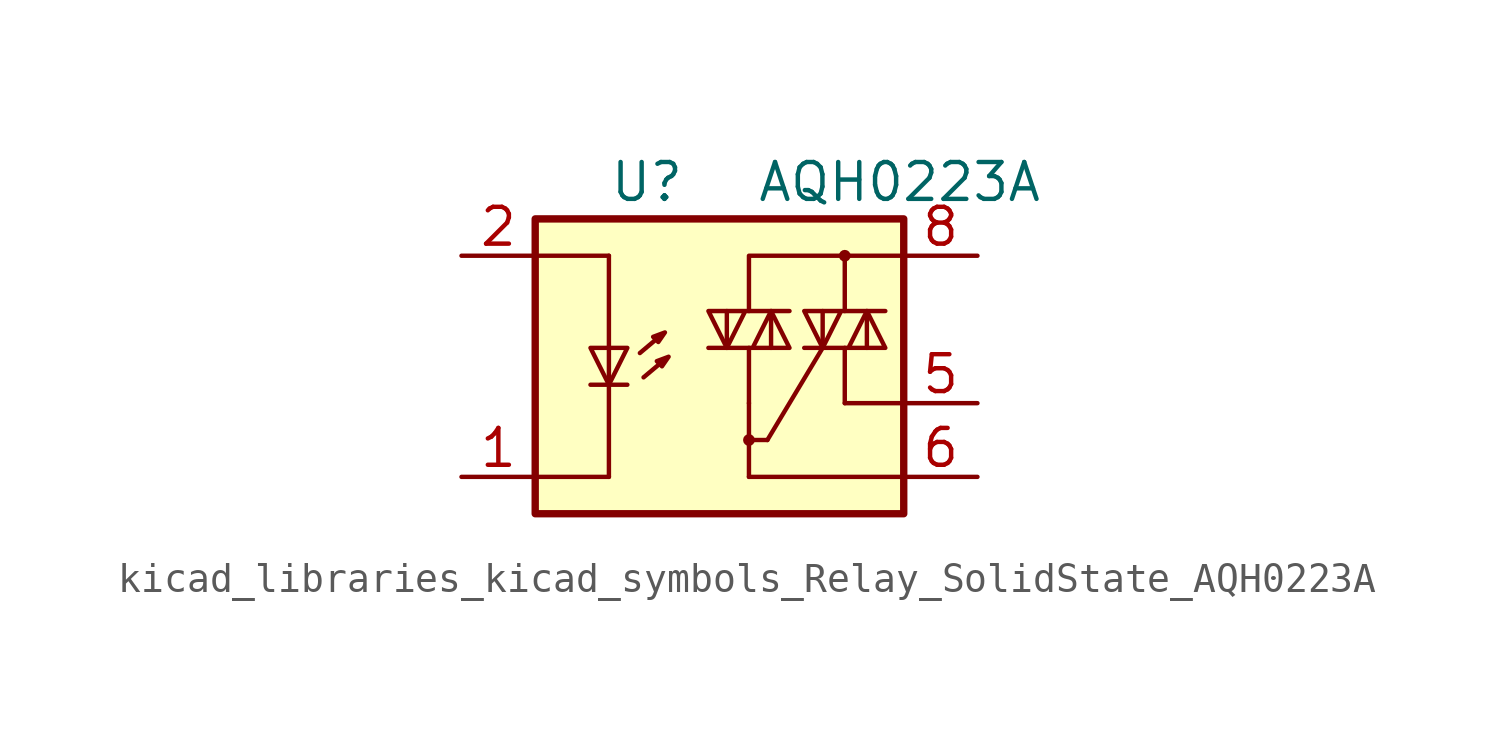
<source format=kicad_sym>
(kicad_symbol_lib
  (version 20220914)
  (generator kicad_symbol_editor)
  (symbol "kicad_libraries_kicad_symbols_Relay_SolidState_AQH0223A"
    (property "Reference" "U"
      (at -5.08 5.08 0)
      (effects (font (size 1.27 1.27)) (justify left)))
    (property "Value" "AQH0223A"
      (at 0 5.08 0)
      (effects (font (size 1.27 1.27)) (justify left)))
    (symbol "kicad_libraries_kicad_symbols_Relay_SolidState_AQH0223A_1_1"
      (rectangle (start -7.62 3.81) (end 5.08 -6.35) (stroke (width 0.254) (type default)) (fill (type background)))
      (circle (center -0.254 -3.81) (radius 0.127) (stroke (width 0) (type default)) (fill (type none)))
      (polyline (pts (xy -5.715 -1.905) (xy -4.445 -1.905)) (stroke (width 0) (type default)) (fill (type none)))
      (polyline (pts (xy -5.08 -5.08) (xy -7.62 -5.08)) (stroke (width 0) (type default)) (fill (type none)))
      (polyline (pts (xy -5.08 -1.905) (xy -5.08 -5.08)) (stroke (width 0) (type default)) (fill (type none)))
      (polyline (pts (xy -5.08 -0.635) (xy -5.08 -1.905)) (stroke (width 0) (type default)) (fill (type none)))
      (polyline (pts (xy -5.08 -0.635) (xy -5.08 2.54)) (stroke (width 0) (type default)) (fill (type none)))
      (polyline (pts (xy -5.08 2.54) (xy -7.493 2.54)) (stroke (width 0) (type default)) (fill (type none)))
      (polyline (pts (xy -3.378 -0.279) (xy -4.013 -0.813)) (stroke (width 0) (type default)) (fill (type none)))
      (polyline (pts (xy -3.251 -1.118) (xy -3.886 -1.651)) (stroke (width 0) (type default)) (fill (type none)))
      (polyline (pts (xy -1.016 -0.635) (xy -1.016 0.635)) (stroke (width 0) (type default)) (fill (type none)))
      (polyline (pts (xy -0.254 -3.81) (xy 0.381 -3.81)) (stroke (width 0) (type default)) (fill (type none)))
      (polyline (pts (xy -0.254 -2.54) (xy -0.254 -5.08)) (stroke (width 0) (type default)) (fill (type none)))
      (polyline (pts (xy -0.254 -2.54) (xy -0.254 -0.635)) (stroke (width 0) (type default)) (fill (type none)))
      (polyline (pts (xy 0.381 -3.81) (xy 2.286 -0.635)) (stroke (width 0) (type default)) (fill (type none)))
      (polyline (pts (xy 0.508 0.635) (xy 0.508 -0.635)) (stroke (width 0) (type default)) (fill (type none)))
      (polyline (pts (xy 2.286 -0.635) (xy 2.286 0.635)) (stroke (width 0) (type default)) (fill (type none)))
      (polyline (pts (xy 3.048 -2.54) (xy 5.08 -2.54)) (stroke (width 0) (type default)) (fill (type none)))
      (polyline (pts (xy 3.048 -0.635) (xy 3.048 -2.54)) (stroke (width 0) (type default)) (fill (type none)))
      (polyline (pts (xy 3.048 2.54) (xy 3.048 0.635)) (stroke (width 0) (type default)) (fill (type none)))
      (polyline (pts (xy 3.81 0.635) (xy 3.81 -0.635)) (stroke (width 0) (type default)) (fill (type none)))
      (polyline (pts (xy 5.08 -5.08) (xy -0.254 -5.08)) (stroke (width 0) (type default)) (fill (type none)))
      (polyline (pts (xy 5.08 2.54) (xy 3.048 2.54)) (stroke (width 0) (type default)) (fill (type none)))
      (polyline (pts (xy 3.048 2.54) (xy -0.254 2.54) (xy -0.254 0.635)) (stroke (width 0) (type default)) (fill (type none)))
      (polyline (pts (xy -5.08 -1.905) (xy -5.715 -0.635) (xy -4.445 -0.635) (xy -5.08 -1.905)) (stroke (width 0) (type default)) (fill (type none)))
      (polyline (pts (xy -3.556 -0.254) (xy -3.378 -0.432) (xy -3.15 -0.102) (xy -3.556 -0.254)) (stroke (width 0) (type default)) (fill (type none)))
      (polyline (pts (xy -3.429 -1.092) (xy -3.251 -1.27) (xy -3.023 -0.94) (xy -3.429 -1.092)) (stroke (width 0) (type default)) (fill (type none)))
      (polyline (pts (xy -1.651 -0.635) (xy 1.143 -0.635) (xy 0.508 0.635) (xy -0.127 -0.635)) (stroke (width 0) (type default)) (fill (type none)))
      (polyline (pts (xy 1.143 0.635) (xy -1.651 0.635) (xy -1.016 -0.635) (xy -0.381 0.635)) (stroke (width 0) (type default)) (fill (type none)))
      (polyline (pts (xy 1.651 -0.635) (xy 4.445 -0.635) (xy 3.81 0.635) (xy 3.175 -0.635)) (stroke (width 0) (type default)) (fill (type none)))
      (polyline (pts (xy 4.445 0.635) (xy 1.651 0.635) (xy 2.286 -0.635) (xy 2.921 0.635)) (stroke (width 0) (type default)) (fill (type none)))
      (circle (center 3.048 2.54) (radius 0.127) (stroke (width 0) (type default)) (fill (type none)))
      (pin passive line (at -10.16 -5.08 0) (length 2.54) (name "~" (effects (font (size 1.27 1.27)))) (number "1" (effects (font (size 1.27 1.27)))))
      (pin passive line (at -10.16 2.54 0) (length 2.54) (name "~" (effects (font (size 1.27 1.27)))) (number "2" (effects (font (size 1.27 1.27)))))
      (pin passive line (at -10.16 -5.08 0) (length 2.54) hide (name "~" (effects (font (size 1.27 1.27)))) (number "3" (effects (font (size 1.27 1.27)))))
      (pin passive line (at -10.16 -5.08 0) (length 2.54) hide (name "~" (effects (font (size 1.27 1.27)))) (number "4" (effects (font (size 1.27 1.27)))))
      (pin passive line (at 7.62 -2.54 180) (length 2.54) (name "~" (effects (font (size 1.27 1.27)))) (number "5" (effects (font (size 1.27 1.27)))))
      (pin passive line (at 7.62 -5.08 180) (length 2.54) (name "~" (effects (font (size 1.27 1.27)))) (number "6" (effects (font (size 1.27 1.27)))))
      (pin passive line (at 7.62 2.54 180) (length 2.54) (name "~" (effects (font (size 1.27 1.27)))) (number "8" (effects (font (size 1.27 1.27))))))))
</source>
